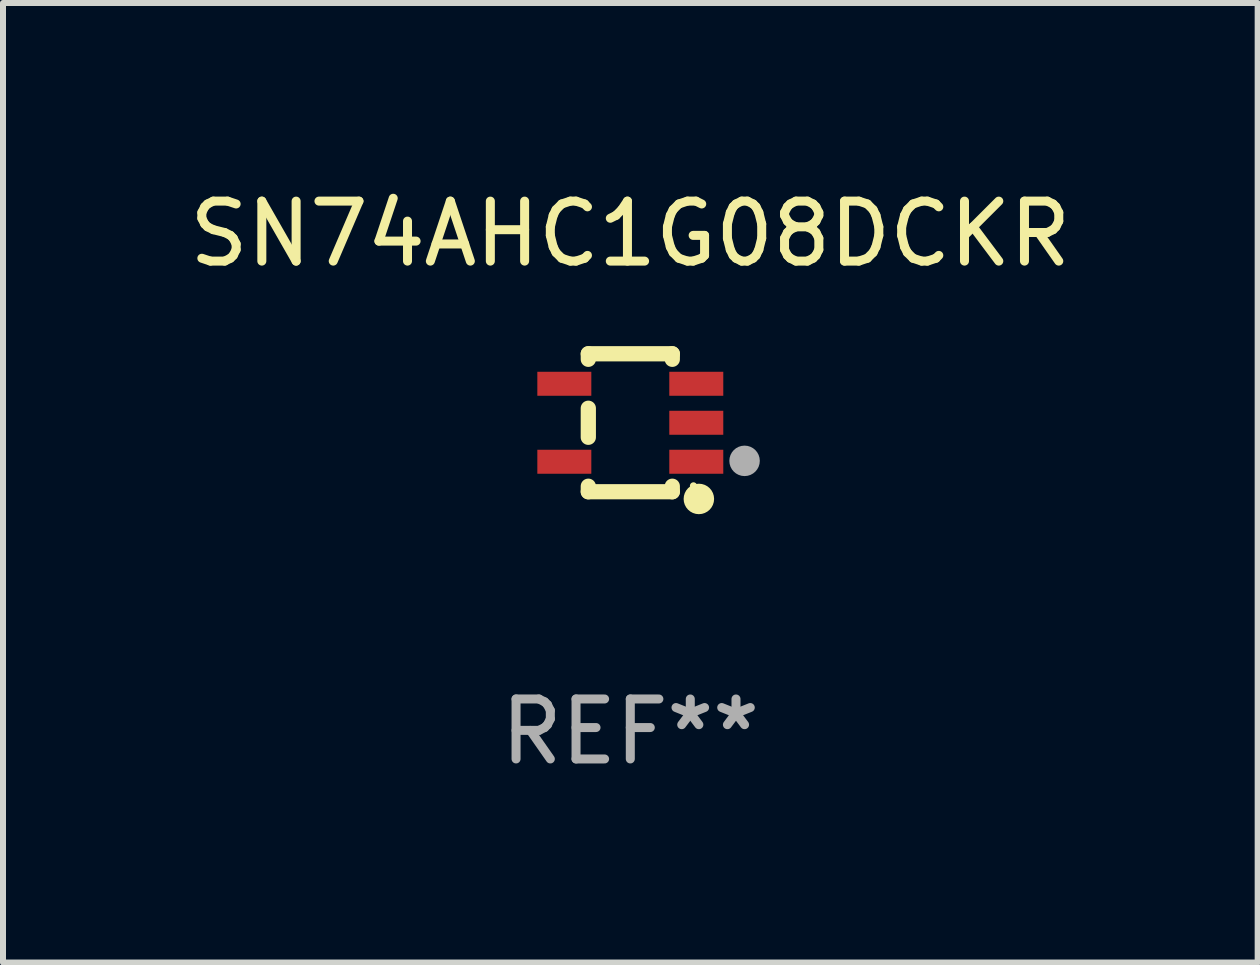
<source format=kicad_pcb>
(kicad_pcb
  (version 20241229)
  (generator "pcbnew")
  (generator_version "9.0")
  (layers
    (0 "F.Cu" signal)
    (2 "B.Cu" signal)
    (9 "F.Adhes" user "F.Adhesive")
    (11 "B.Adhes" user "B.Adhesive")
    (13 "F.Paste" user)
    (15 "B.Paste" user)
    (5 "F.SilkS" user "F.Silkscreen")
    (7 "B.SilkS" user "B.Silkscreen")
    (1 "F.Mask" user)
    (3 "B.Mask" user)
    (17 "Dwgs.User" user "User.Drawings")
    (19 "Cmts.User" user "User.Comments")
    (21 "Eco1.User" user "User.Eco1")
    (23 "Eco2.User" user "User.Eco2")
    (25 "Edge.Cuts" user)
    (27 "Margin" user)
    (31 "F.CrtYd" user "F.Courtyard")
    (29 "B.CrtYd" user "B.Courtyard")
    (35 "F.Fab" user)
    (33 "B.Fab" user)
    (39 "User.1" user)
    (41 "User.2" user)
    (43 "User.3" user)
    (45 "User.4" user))
  (footprint "SN74AHC1G08DCKR"
    (layer "F.Cu")
    (at 7.458 3.998)
    (property "Reference" "SN74AHC1G08DCKR" (at 0 -3.15 0) (layer "F.SilkS") (effects (font (size 1 1) (thickness 0.15))))
    (attr through_hole)
    (fp_line (start -0.7 -1.15) (end 0.7 -1.15) (stroke (width 0.254) (type solid)) (layer "F.SilkS"))
    (fp_line (start -0.7 -1.058) (end -0.7 -1.15) (stroke (width 0.254) (type solid)) (layer "F.SilkS"))
    (fp_line (start -0.7 0.242) (end -0.7 -0.242) (stroke (width 0.254) (type solid)) (layer "F.SilkS"))
    (fp_line (start -0.7 1.15) (end -0.7 1.058) (stroke (width 0.254) (type solid)) (layer "F.SilkS"))
    (fp_line (start -0.7 1.15) (end 0.7 1.15) (stroke (width 0.254) (type solid)) (layer "F.SilkS"))
    (fp_line (start 0.7 -1.058) (end 0.7 -1.15) (stroke (width 0.254) (type solid)) (layer "F.SilkS"))
    (fp_line (start 0.7 1.15) (end 0.7 1.058) (stroke (width 0.254) (type solid)) (layer "F.SilkS"))
    (fp_circle (center 1.053 1.052) (end 1.083 1.052) (stroke (width 0.06) (type solid)) (fill no) (layer "F.SilkS"))
    (fp_circle (center 1.143 1.27) (end 1.27 1.27) (stroke (width 0.254) (type solid)) (fill no) (layer "F.SilkS"))
    (fp_circle (center 1.905 0.635) (end 2.032 0.635) (stroke (width 0.254) (type solid)) (fill no) (layer "F.Fab"))
    (fp_text user "REF**" (at 0 5.15 0) (layer "F.Fab") (effects (font (size 1 1) (thickness 0.15))))
    (pad "1" smd rect (at 1.1 0.65 90) (size 0.4 0.9) (layers "F.Cu" "F.Mask" "F.Paste"))
    (pad "2" smd rect (at 1.1 0.000076 90) (size 0.4 0.9) (layers "F.Cu" "F.Mask" "F.Paste"))
    (pad "3" smd rect (at 1.1 -0.65 90) (size 0.4 0.9) (layers "F.Cu" "F.Mask" "F.Paste"))
    (pad "4" smd rect (at -1.1 -0.65 90) (size 0.4 0.9) (layers "F.Cu" "F.Mask" "F.Paste"))
    (pad "5" smd rect (at -1.1 0.65 90) (size 0.4 0.9) (layers "F.Cu" "F.Mask" "F.Paste")))
  (gr_rect
    (start -3 -3)
    (end 17.917 12.997)
    (stroke (width 0.1) (type default))
    (fill no)
    (layer "Edge.Cuts")))
</source>
